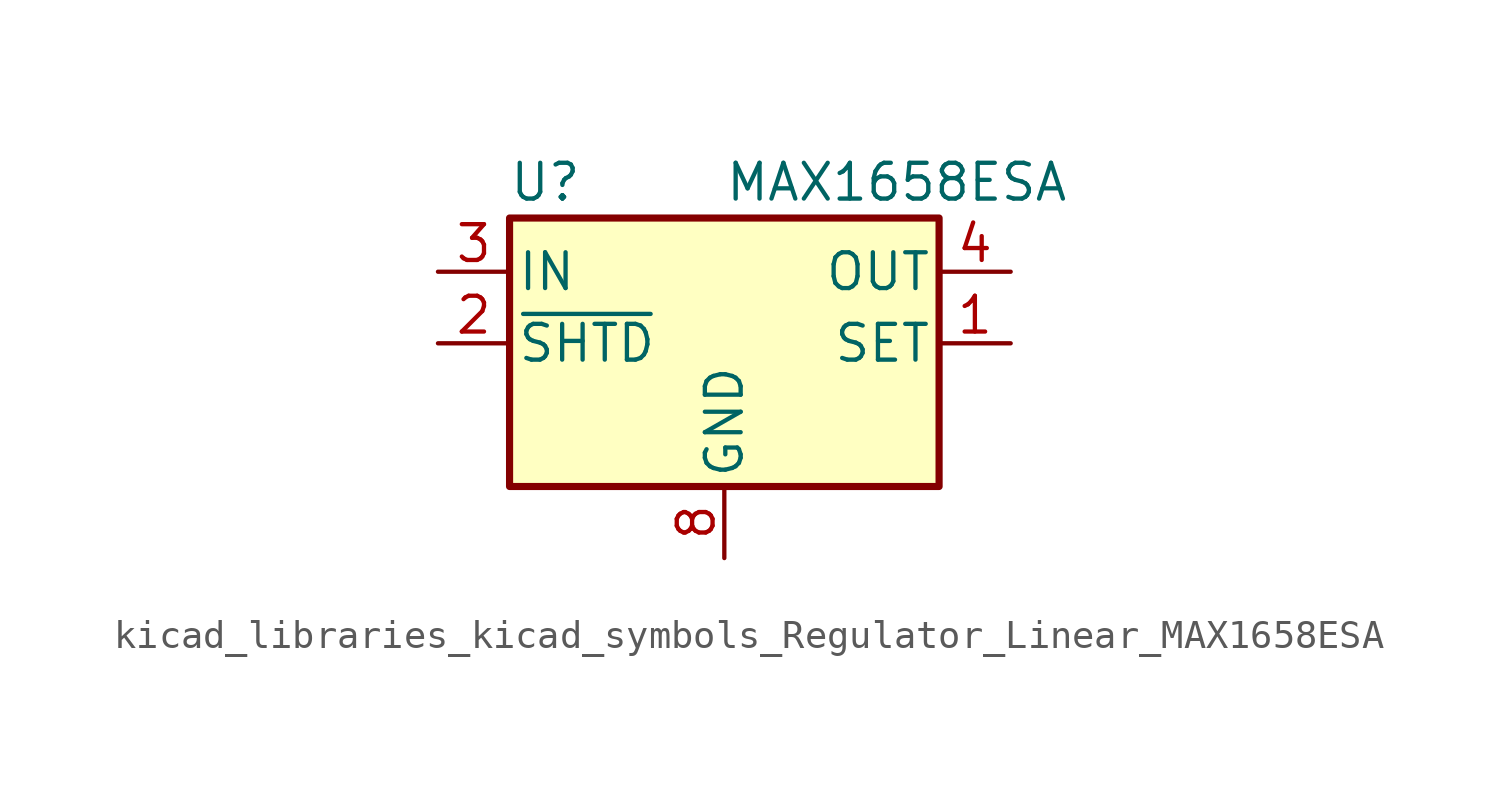
<source format=kicad_sym>
(kicad_symbol_lib
  (version 20220914)
  (generator kicad_symbol_editor)
  (symbol "kicad_libraries_kicad_symbols_Regulator_Linear_MAX1658ESA"
    (pin_names
      (offset 0.254))
    (property "Reference" "U"
      (at -6.35 5.715 0)
      (effects (font (size 1.27 1.27))))
    (property "Value" "MAX1658ESA"
      (at 0 5.715 0)
      (effects (font (size 1.27 1.27)) (justify left)))
    (symbol "kicad_libraries_kicad_symbols_Regulator_Linear_MAX1658ESA_0_1"
      (rectangle (start -7.62 4.445) (end 7.62 -5.08) (stroke (width 0.254) (type default)) (fill (type background))))
    (symbol "kicad_libraries_kicad_symbols_Regulator_Linear_MAX1658ESA_1_1"
      (pin passive line (at 10.16 0 180) (length 2.54) (name "SET" (effects (font (size 1.27 1.27)))) (number "1" (effects (font (size 1.27 1.27)))))
      (pin input line (at -10.16 0 0) (length 2.54) (name "~{SHTD}" (effects (font (size 1.27 1.27)))) (number "2" (effects (font (size 1.27 1.27)))))
      (pin power_in line (at -10.16 2.54 0) (length 2.54) (name "IN" (effects (font (size 1.27 1.27)))) (number "3" (effects (font (size 1.27 1.27)))))
      (pin power_out line (at 10.16 2.54 180) (length 2.54) (name "OUT" (effects (font (size 1.27 1.27)))) (number "4" (effects (font (size 1.27 1.27)))))
      (pin passive line (at 10.16 2.54 180) (length 2.54) hide (name "OUT" (effects (font (size 1.27 1.27)))) (number "5" (effects (font (size 1.27 1.27)))))
      (pin passive line (at -10.16 2.54 0) (length 2.54) hide (name "IN" (effects (font (size 1.27 1.27)))) (number "6" (effects (font (size 1.27 1.27)))))
      (pin passive line (at -10.16 2.54 0) (length 2.54) hide (name "IN" (effects (font (size 1.27 1.27)))) (number "7" (effects (font (size 1.27 1.27)))))
      (pin power_in line (at 0 -7.62 90) (length 2.54) (name "GND" (effects (font (size 1.27 1.27)))) (number "8" (effects (font (size 1.27 1.27))))))))
</source>
